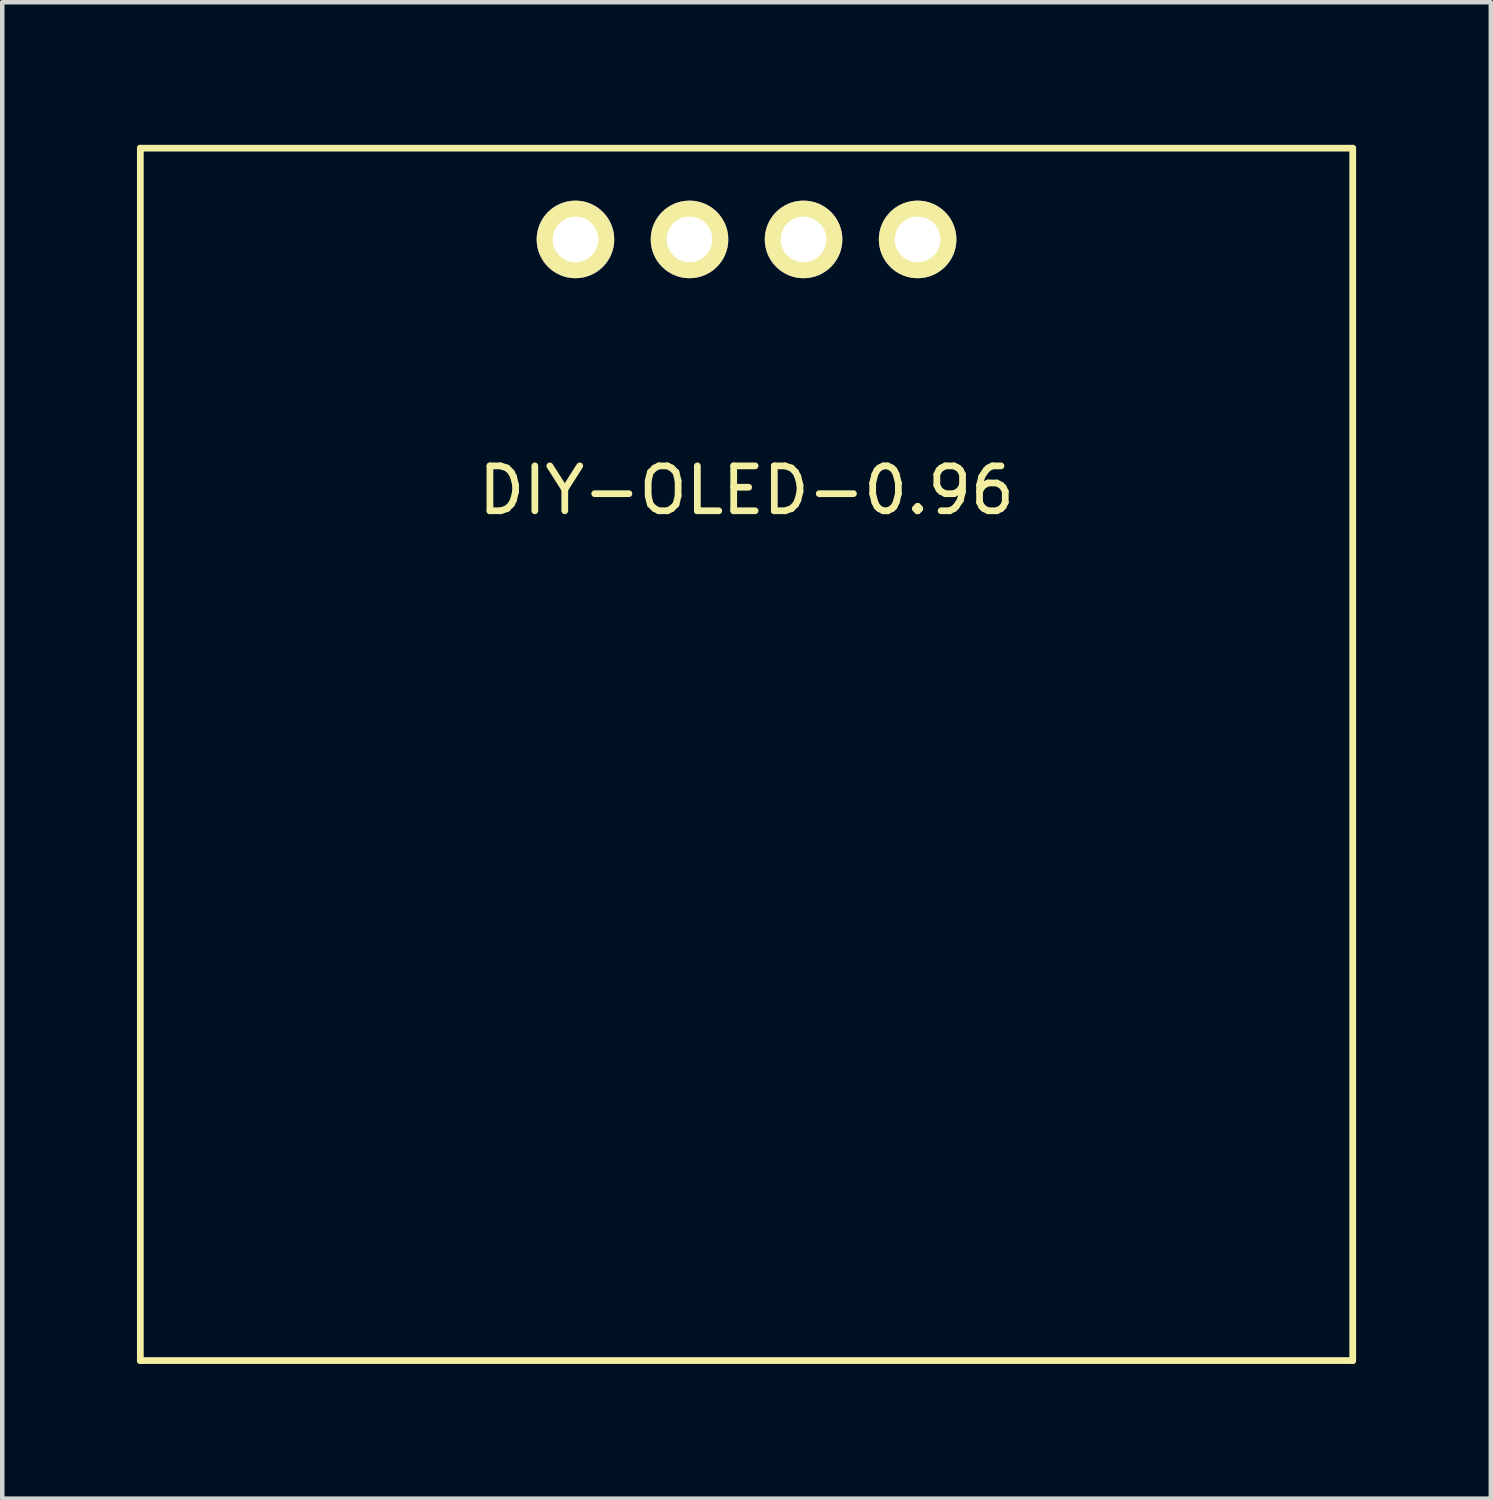
<source format=kicad_pcb>
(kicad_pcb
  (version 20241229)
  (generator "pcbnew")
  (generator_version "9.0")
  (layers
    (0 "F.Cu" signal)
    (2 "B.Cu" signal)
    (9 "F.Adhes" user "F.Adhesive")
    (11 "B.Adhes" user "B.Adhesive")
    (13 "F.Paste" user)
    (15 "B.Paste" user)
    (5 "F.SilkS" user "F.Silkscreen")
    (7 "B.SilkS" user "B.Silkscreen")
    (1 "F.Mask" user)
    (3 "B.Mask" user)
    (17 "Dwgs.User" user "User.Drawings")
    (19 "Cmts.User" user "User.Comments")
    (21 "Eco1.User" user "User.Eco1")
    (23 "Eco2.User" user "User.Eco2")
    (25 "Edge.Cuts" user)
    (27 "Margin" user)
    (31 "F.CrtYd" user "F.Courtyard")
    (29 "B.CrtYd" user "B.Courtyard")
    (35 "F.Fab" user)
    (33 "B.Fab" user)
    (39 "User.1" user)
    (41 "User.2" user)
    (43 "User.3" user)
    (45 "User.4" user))
  (footprint "DIY-OLED-0.96"
    (layer "F.Cu")
    (at 13.575 0.25)
    (property "Reference" "DIY-OLED-0.96" (at 0 7.62 0) (layer "F.SilkS") (effects (font (size 1 1) (thickness 0.15))))
    (attr through_hole)
    (fp_line (start -13.5 27) (end -13.5 0) (stroke (width 0.15) (type solid)) (layer "F.SilkS"))
    (fp_line (start 13.5 0) (end -13.5 0) (stroke (width 0.15) (type solid)) (layer "F.SilkS"))
    (fp_line (start 13.5 0) (end 13.5 27) (stroke (width 0.15) (type solid)) (layer "F.SilkS"))
    (fp_line (start 13.5 27) (end -13.5 27) (stroke (width 0.15) (type solid)) (layer "F.SilkS"))
    (pad "1" thru_hole circle (at -3.81 2.032) (size 1.727 1.727) (drill 1.016) (layers "*.Cu" "*.Mask" "F.SilkS"))
    (pad "2" thru_hole circle (at -1.27 2.032) (size 1.727 1.727) (drill 1.016) (layers "*.Cu" "*.Mask" "F.SilkS"))
    (pad "3" thru_hole circle (at 1.27 2.032) (size 1.727 1.727) (drill 1.016) (layers "*.Cu" "*.Mask" "F.SilkS"))
    (pad "4" thru_hole circle (at 3.81 2.032) (size 1.727 1.727) (drill 1.016) (layers "*.Cu" "*.Mask" "F.SilkS")))
  (gr_rect
    (start -3 -3)
    (end 30.15 30.325)
    (stroke (width 0.1) (type default))
    (fill no)
    (layer "Edge.Cuts")))
</source>
